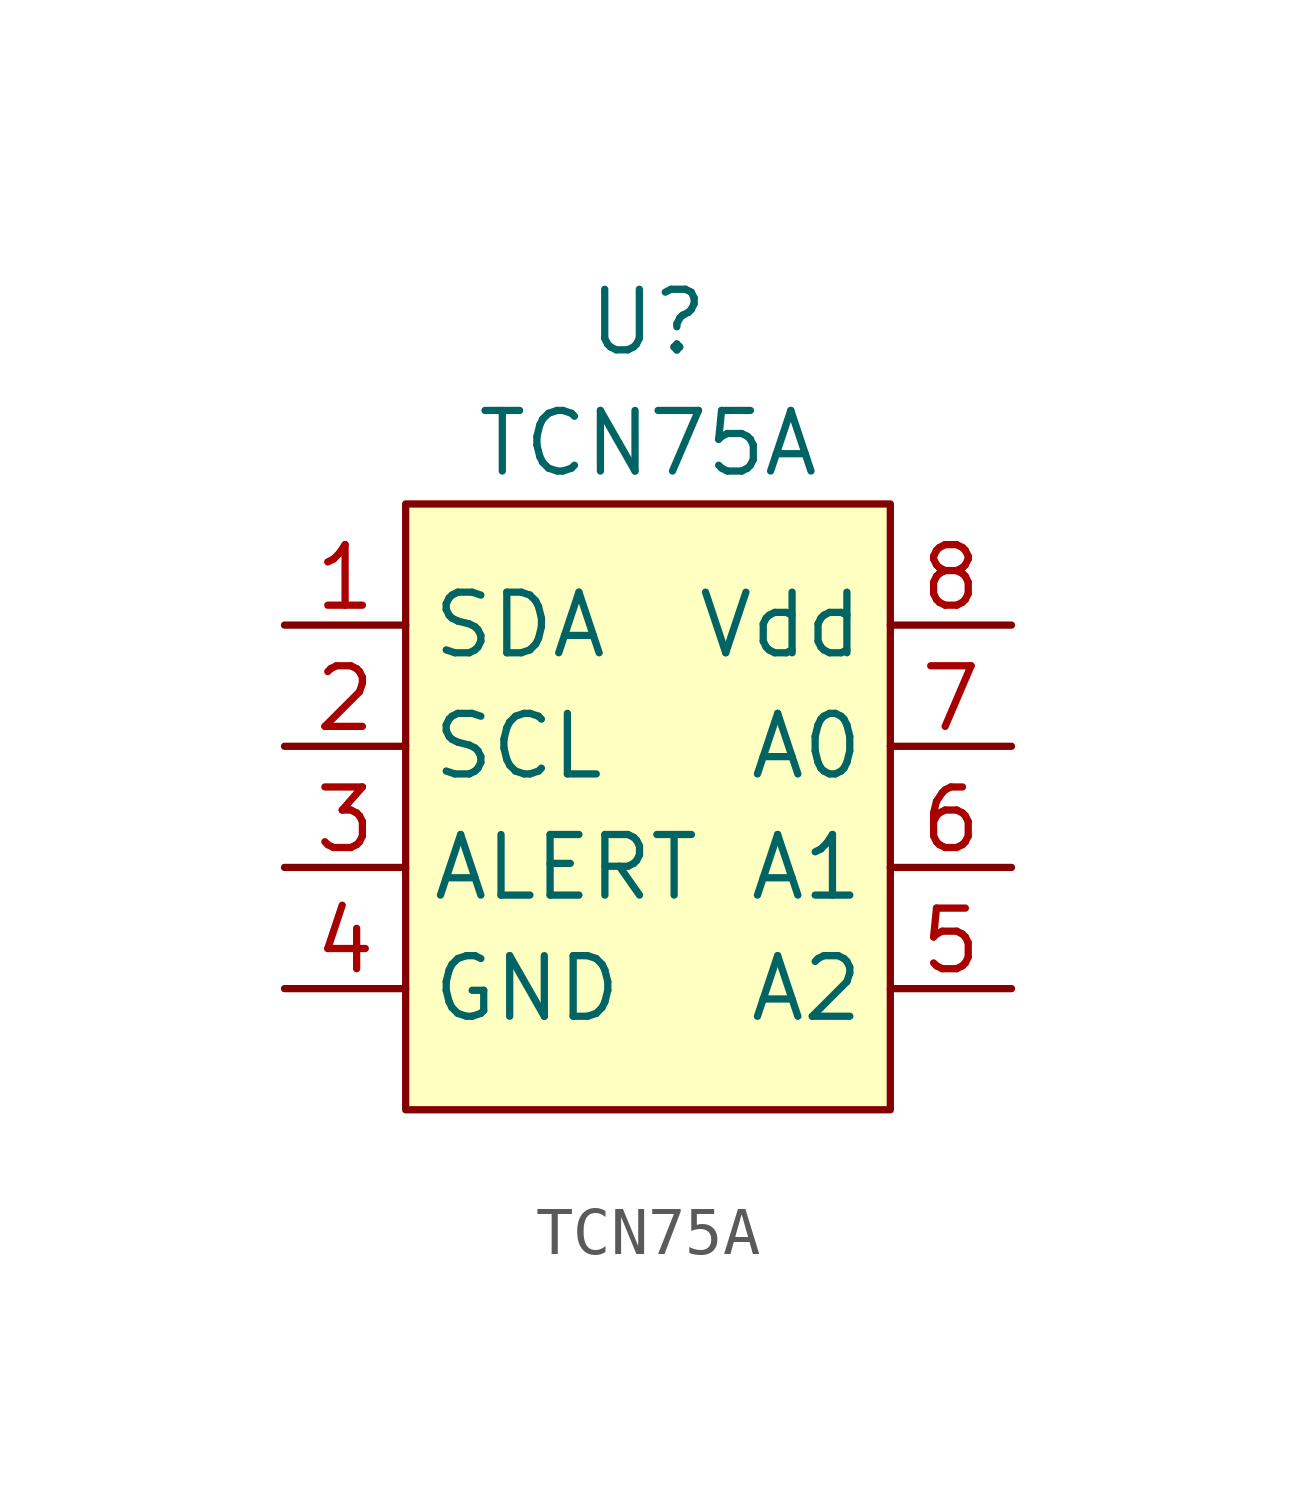
<source format=kicad_sym>
(kicad_symbol_lib
  (version 20211014)
  (generator kicad_symbol_editor)
  (symbol "TCN75A"
    (property "Reference" "U"
      (at 0 10.16 0)
      (effects (font (size 1.27 1.27))))
    (property "Value" "TCN75A"
      (at 0 7.62 0)
      (effects (font (size 1.27 1.27))))
    (symbol "TCN75A_0_0"
      (pin bidirectional line (at -7.62 3.81 0) (length 2.54) (name "SDA" (effects (font (size 1.27 1.27)))) (number "1" (effects (font (size 1.27 1.27)))))
      (pin input line (at -7.62 1.27 0) (length 2.54) (name "SCL" (effects (font (size 1.27 1.27)))) (number "2" (effects (font (size 1.27 1.27)))))
      (pin open_collector line (at -7.62 -1.27 0) (length 2.54) (name "ALERT" (effects (font (size 1.27 1.27)))) (number "3" (effects (font (size 1.27 1.27)))))
      (pin power_in line (at -7.62 -3.81 0) (length 2.54) (name "GND" (effects (font (size 1.27 1.27)))) (number "4" (effects (font (size 1.27 1.27)))))
      (pin input line (at 7.62 -3.81 180) (length 2.54) (name "A2" (effects (font (size 1.27 1.27)))) (number "5" (effects (font (size 1.27 1.27)))))
      (pin input line (at 7.62 -1.27 180) (length 2.54) (name "A1" (effects (font (size 1.27 1.27)))) (number "6" (effects (font (size 1.27 1.27)))))
      (pin input line (at 7.62 1.27 180) (length 2.54) (name "A0" (effects (font (size 1.27 1.27)))) (number "7" (effects (font (size 1.27 1.27)))))
      (pin power_in line (at 7.62 3.81 180) (length 2.54) (name "Vdd" (effects (font (size 1.27 1.27)))) (number "8" (effects (font (size 1.27 1.27))))))
    (symbol "TCN75A_0_1"
      (rectangle (start -5.08 6.35) (end 5.08 -6.35) (stroke (width 0) (type default) (color 0 0 0 0)) (fill (type background))))))
</source>
